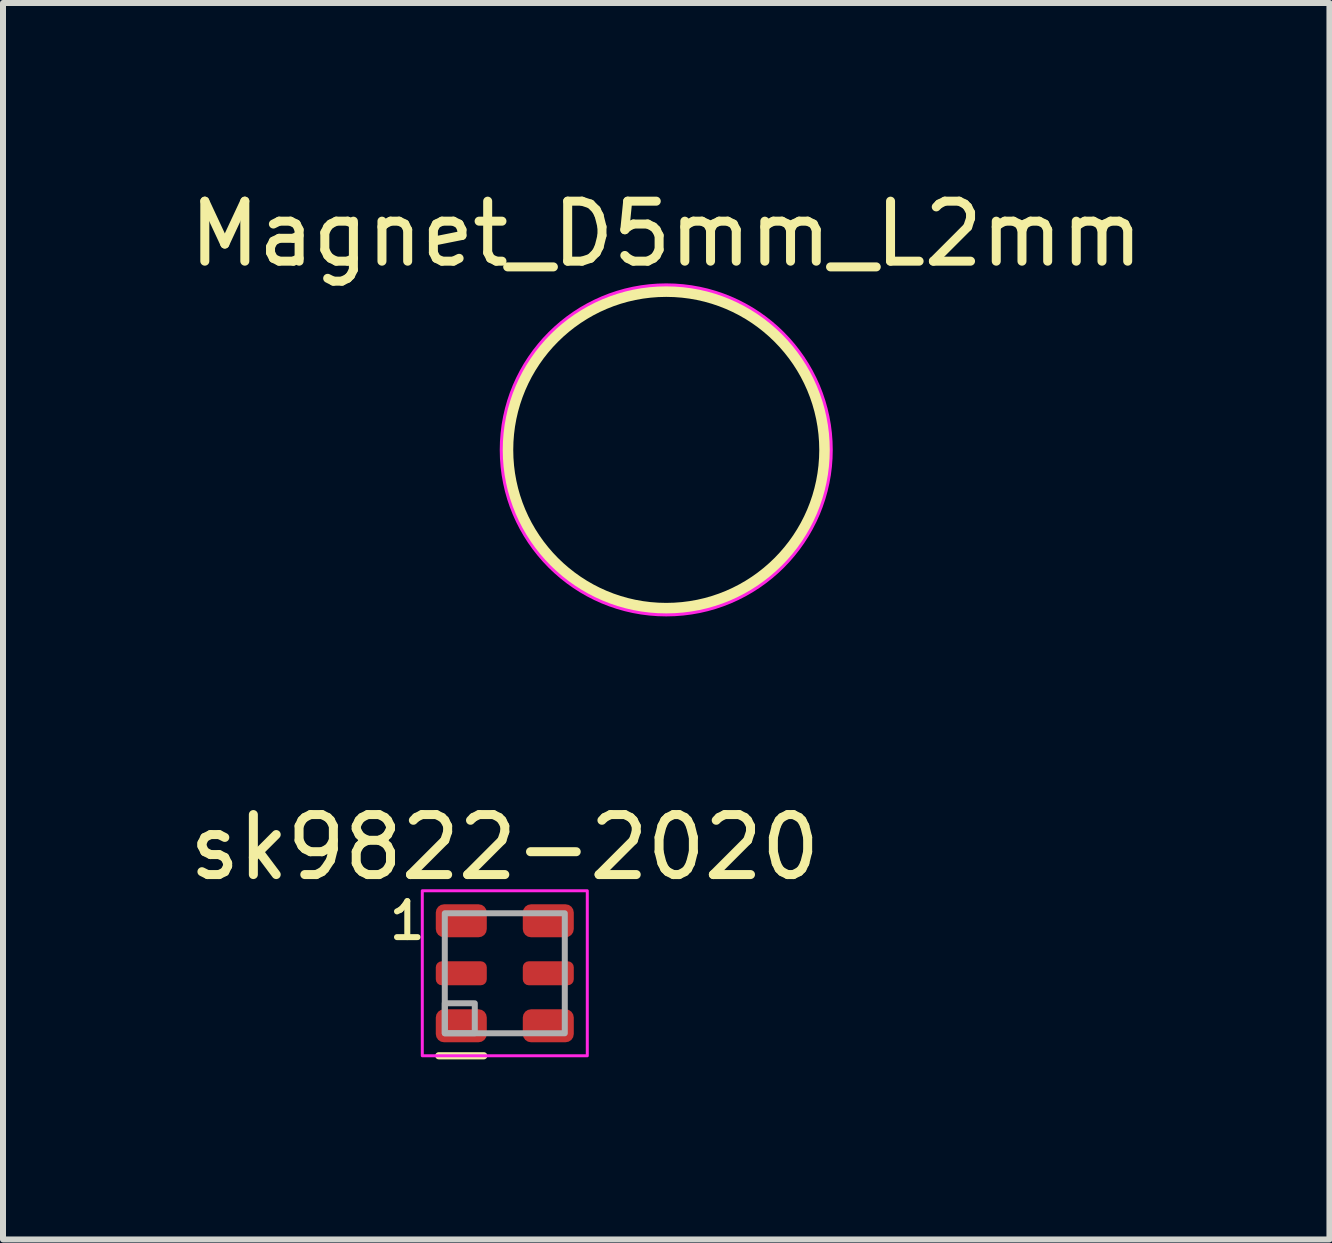
<source format=kicad_pcb>
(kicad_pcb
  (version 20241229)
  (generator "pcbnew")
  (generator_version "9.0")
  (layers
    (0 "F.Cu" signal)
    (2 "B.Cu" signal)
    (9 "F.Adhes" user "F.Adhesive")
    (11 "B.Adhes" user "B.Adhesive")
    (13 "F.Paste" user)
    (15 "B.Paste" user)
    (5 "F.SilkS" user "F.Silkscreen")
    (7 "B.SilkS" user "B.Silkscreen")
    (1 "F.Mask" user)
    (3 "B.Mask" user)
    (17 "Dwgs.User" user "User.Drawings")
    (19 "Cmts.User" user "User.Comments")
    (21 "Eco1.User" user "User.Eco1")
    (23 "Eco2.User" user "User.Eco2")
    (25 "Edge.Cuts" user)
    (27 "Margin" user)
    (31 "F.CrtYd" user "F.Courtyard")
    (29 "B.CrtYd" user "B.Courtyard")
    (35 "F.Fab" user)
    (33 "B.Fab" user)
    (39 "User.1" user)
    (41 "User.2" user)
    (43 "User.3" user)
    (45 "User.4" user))
  (footprint "Magnet_D5mm_L2mm"
    (layer "F.Cu")
    (at 8.054 4.448)
    (property "Reference" "Magnet_D5mm_L2mm" (at 0 -3.6 0) (unlocked yes) (layer "F.SilkS") (effects (font (size 1 1) (thickness 0.15))))
    (attr smd)
    (fp_circle (center 0 0) (end -2.65 0) (stroke (width 0.2) (type solid)) (fill no) (layer "F.SilkS"))
    (fp_circle (center 0 0) (end 2.75 0) (stroke (width 0.05) (type solid)) (fill no) (layer "F.CrtYd"))
    (zone (net_name "") (layer "F.Cu") (hatch edge 0.508) (connect_pads) (min_thickness 0.254) (filled_areas_thickness no) (keepout (tracks not_allowed) (vias not_allowed) (pads not_allowed) (copperpour not_allowed) (footprints allowed)) (placement (enabled no)) (fill) (polygon (pts (xy 10.609 4.448) (xy 10.588 4.128) (xy 10.528 3.813) (xy 10.429 3.508) (xy 10.293 3.217) (xy 10.121 2.946) (xy 9.916 2.699) (xy 9.682 2.48) (xy 9.423 2.291) (xy 9.141 2.136) (xy 8.843 2.018) (xy 8.532 1.938) (xy 8.214 1.898) (xy 7.893 1.898) (xy 7.575 1.938) (xy 7.264 2.018) (xy 6.966 2.136) (xy 6.685 2.291) (xy 6.425 2.48) (xy 6.191 2.699) (xy 5.986 2.946) (xy 5.815 3.217) (xy 5.678 3.508) (xy 5.579 3.813) (xy 5.519 4.128) (xy 5.499 4.448) (xy 5.519 4.768) (xy 5.579 5.084) (xy 5.678 5.389) (xy 5.815 5.679) (xy 5.986 5.95) (xy 6.191 6.197) (xy 6.425 6.417) (xy 6.685 6.606) (xy 6.966 6.76) (xy 7.264 6.878) (xy 7.575 6.958) (xy 7.893 6.998) (xy 8.214 6.998) (xy 8.532 6.958) (xy 8.843 6.878) (xy 9.141 6.76) (xy 9.423 6.606) (xy 9.682 6.417) (xy 9.916 6.197) (xy 10.121 5.95) (xy 10.293 5.679) (xy 10.429 5.389) (xy 10.528 5.084) (xy 10.588 4.768)))))
  (footprint "sk9822-2020"
    (layer "F.Cu")
    (at 5.363 13.171)
    (property "Reference" "sk9822-2020" (at 0 -2.1 0) (unlocked yes) (layer "F.SilkS") (effects (font (size 1 1) (thickness 0.15))))
    (attr smd)
    (fp_line (start -0.35 1.375) (end -1.1 1.375) (stroke (width 0.12) (type solid)) (layer "F.SilkS"))
    (fp_rect (start -1.375 -1.375) (end 1.375 1.375) (stroke (width 0.05) (type solid)) (fill no) (layer "F.CrtYd"))
    (fp_rect (start -1 -1) (end 1 1) (stroke (width 0.1) (type solid)) (fill no) (layer "F.Fab"))
    (fp_rect (start -0.5 0.5) (end -1 1) (stroke (width 0.1) (type solid)) (fill no) (layer "F.Fab"))
    (fp_text user "1" (at -1.625 -0.875 0) (layer "F.SilkS") (effects (font (size 0.6 0.6) (thickness 0.1))))
    (pad "1" smd roundrect (at -0.725 -0.875) (size 0.85 0.55) (layers "F.Cu" "F.Mask" "F.Paste") (roundrect_rratio 0.25))
    (pad "2" smd roundrect (at -0.725 0) (size 0.85 0.4) (layers "F.Cu" "F.Mask" "F.Paste") (roundrect_rratio 0.25))
    (pad "3" smd roundrect (at -0.725 0.875) (size 0.85 0.55) (layers "F.Cu" "F.Mask" "F.Paste") (roundrect_rratio 0.25))
    (pad "4" smd roundrect (at 0.725 0.875) (size 0.85 0.55) (layers "F.Cu" "F.Mask" "F.Paste") (roundrect_rratio 0.25))
    (pad "5" smd roundrect (at 0.725 0) (size 0.85 0.4) (layers "F.Cu" "F.Mask" "F.Paste") (roundrect_rratio 0.25))
    (pad "6" smd roundrect (at 0.725 -0.875) (size 0.85 0.55) (layers "F.Cu" "F.Mask" "F.Paste") (roundrect_rratio 0.25)))
  (gr_rect
    (start -3 -3)
    (end 19.107 17.607)
    (stroke (width 0.1) (type default))
    (fill no)
    (layer "Edge.Cuts")))
</source>
